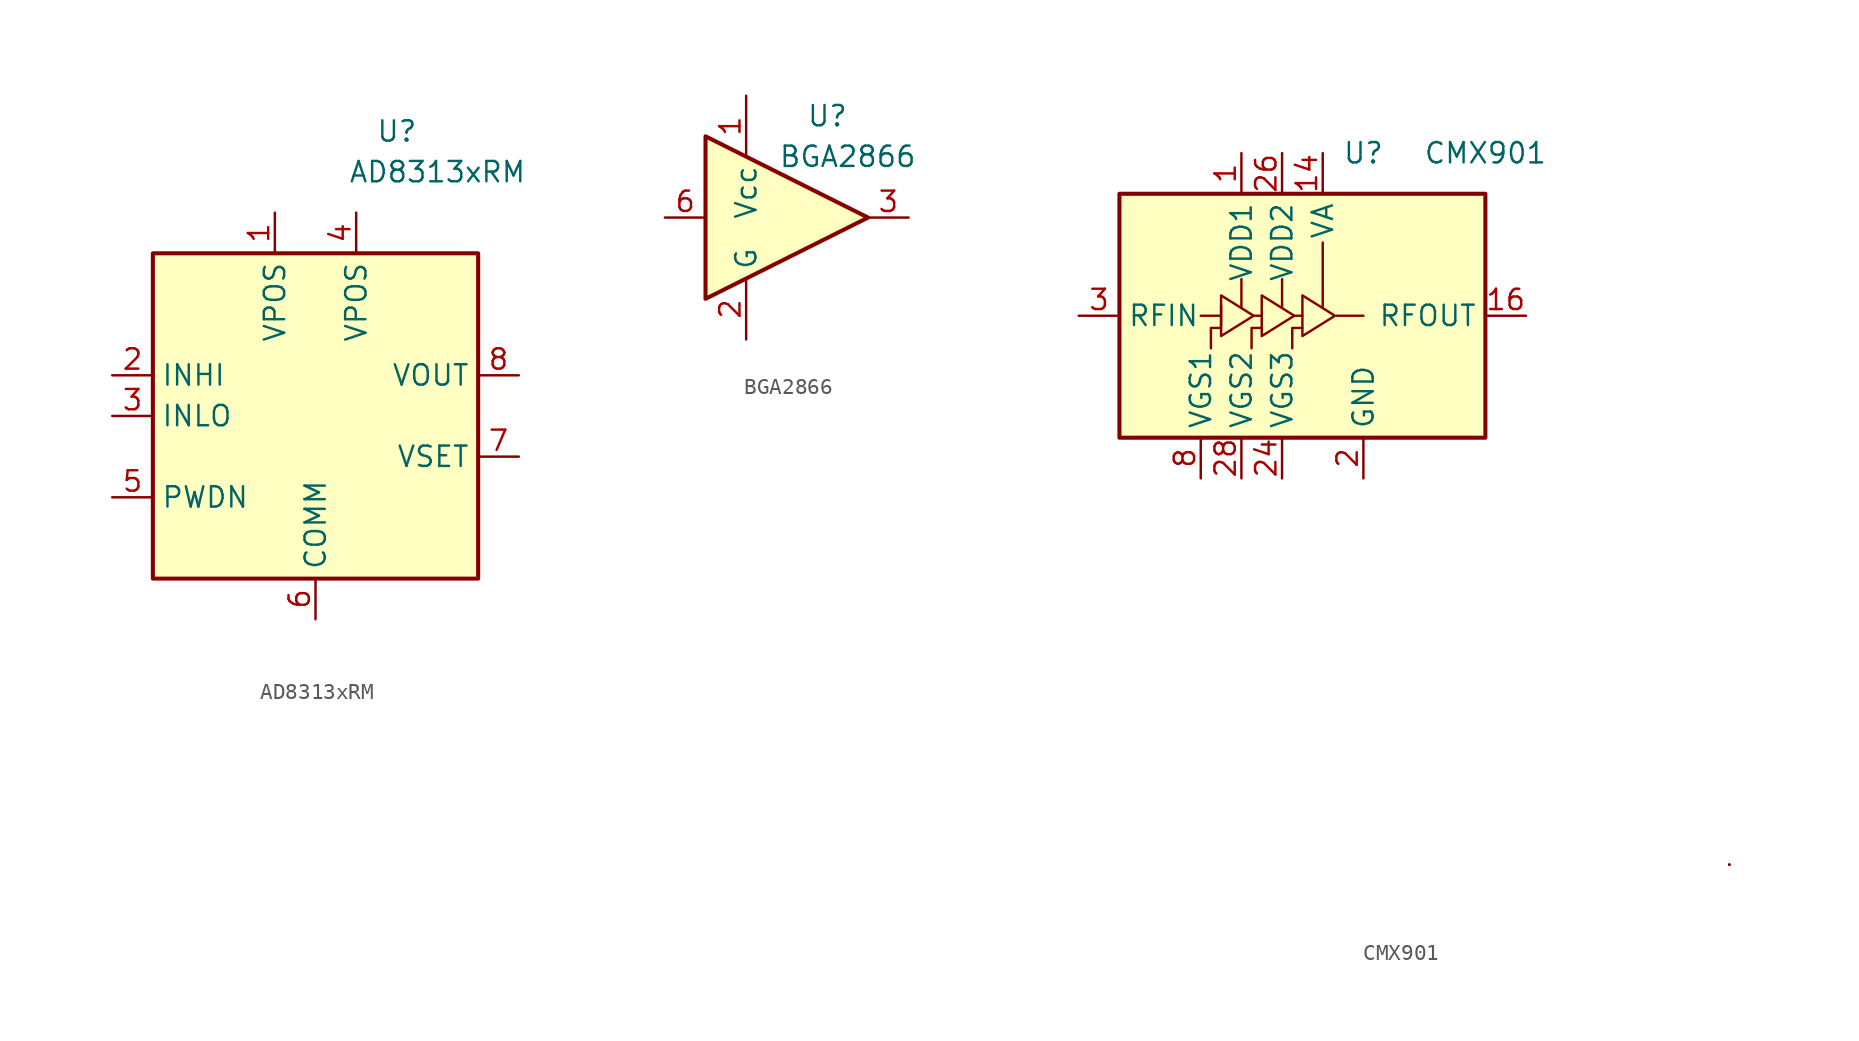
<source format=kicad_sym>
(kicad_symbol_lib
  (version 20211014)
  (generator kicad_symbol_editor)
  (symbol "AD8313xRM"
    (property "Reference" "U"
      (at 5.08 17.78 0)
      (effects (font (size 1.27 1.27))))
    (property "Value" "AD8313xRM"
      (at 7.62 15.24 0)
      (effects (font (size 1.27 1.27))))
    (symbol "AD8313xRM_0_1"
      (rectangle (start -10.16 10.16) (end 10.16 -10.16) (stroke (width 0.254) (type default) (color 0 0 0 0)) (fill (type background))))
    (symbol "AD8313xRM_1_1"
      (pin power_in line (at -2.54 12.7 270) (length 2.54) (name "VPOS" (effects (font (size 1.27 1.27)))) (number "1" (effects (font (size 1.27 1.27)))))
      (pin input line (at -12.7 2.54 0) (length 2.54) (name "INHI" (effects (font (size 1.27 1.27)))) (number "2" (effects (font (size 1.27 1.27)))))
      (pin input line (at -12.7 0 0) (length 2.54) (name "INLO" (effects (font (size 1.27 1.27)))) (number "3" (effects (font (size 1.27 1.27)))))
      (pin power_in line (at 2.54 12.7 270) (length 2.54) (name "VPOS" (effects (font (size 1.27 1.27)))) (number "4" (effects (font (size 1.27 1.27)))))
      (pin input line (at -12.7 -5.08 0) (length 2.54) (name "PWDN" (effects (font (size 1.27 1.27)))) (number "5" (effects (font (size 1.27 1.27)))))
      (pin power_in line (at 0 -12.7 90) (length 2.54) (name "COMM" (effects (font (size 1.27 1.27)))) (number "6" (effects (font (size 1.27 1.27)))))
      (pin input line (at 12.7 -2.54 180) (length 2.54) (name "VSET" (effects (font (size 1.27 1.27)))) (number "7" (effects (font (size 1.27 1.27)))))
      (pin output line (at 12.7 2.54 180) (length 2.54) (name "VOUT" (effects (font (size 1.27 1.27)))) (number "8" (effects (font (size 1.27 1.27)))))))
  (symbol "BGA2866"
    (property "Reference" "U"
      (at 2.54 6.35 0)
      (effects (font (size 1.27 1.27))))
    (property "Value" "BGA2866"
      (at 3.81 3.81 0)
      (effects (font (size 1.27 1.27))))
    (symbol "BGA2866_0_1"
      (polyline (pts (xy 5.08 0) (xy -5.08 5.08) (xy -5.08 -5.08) (xy 5.08 0)) (stroke (width 0.254) (type default) (color 0 0 0 0)) (fill (type background))))
    (symbol "BGA2866_1_1"
      (pin power_in line (at -2.54 7.62 270) (length 3.81) (name "Vcc" (effects (font (size 1.27 1.27)))) (number "1" (effects (font (size 1.27 1.27)))))
      (pin power_in line (at -2.54 -7.62 90) (length 3.81) (name "G" (effects (font (size 1.27 1.27)))) (number "2" (effects (font (size 1.27 1.27)))))
      (pin output line (at 7.62 0 180) (length 2.54) (name "~" (effects (font (size 1.27 1.27)))) (number "3" (effects (font (size 1.27 1.27)))))
      (pin passive line (at -2.54 -7.62 90) (length 3.81) hide (name "G" (effects (font (size 1.27 1.27)))) (number "4" (effects (font (size 1.27 1.27)))))
      (pin passive line (at -2.54 -7.62 90) (length 3.81) hide (name "G" (effects (font (size 1.27 1.27)))) (number "5" (effects (font (size 1.27 1.27)))))
      (pin input line (at -7.62 0 0) (length 2.54) (name "~" (effects (font (size 1.27 1.27)))) (number "6" (effects (font (size 1.27 1.27)))))))
  (symbol "CMX901"
    (property "Reference" "U"
      (at 2.54 10.16 0)
      (effects (font (size 1.27 1.27))))
    (property "Value" "CMX901"
      (at 10.16 10.16 0)
      (effects (font (size 1.27 1.27))))
    (symbol "CMX901_0_0"
      (pin passive line (at 2.54 -10.16 90) (length 2.54) hide (name "GND" (effects (font (size 1.27 1.27)))) (number "10" (effects (font (size 1.27 1.27)))))
      (pin passive line (at 2.54 -10.16 90) (length 2.54) hide (name "GND" (effects (font (size 1.27 1.27)))) (number "11" (effects (font (size 1.27 1.27)))))
      (pin passive line (at 2.54 -10.16 90) (length 2.54) hide (name "GND" (effects (font (size 1.27 1.27)))) (number "12" (effects (font (size 1.27 1.27)))))
      (pin passive line (at 2.54 -10.16 90) (length 2.54) hide (name "GND" (effects (font (size 1.27 1.27)))) (number "13" (effects (font (size 1.27 1.27)))))
      (pin passive line (at 2.54 -10.16 90) (length 2.54) hide (name "GND" (effects (font (size 1.27 1.27)))) (number "15" (effects (font (size 1.27 1.27)))))
      (pin power_in line (at 2.54 -10.16 90) (length 2.54) (name "GND" (effects (font (size 1.27 1.27)))) (number "2" (effects (font (size 1.27 1.27)))))
      (pin passive line (at 2.54 -10.16 90) (length 2.54) hide (name "GND" (effects (font (size 1.27 1.27)))) (number "21" (effects (font (size 1.27 1.27)))))
      (pin passive line (at 2.54 -10.16 90) (length 2.54) hide (name "GND" (effects (font (size 1.27 1.27)))) (number "22" (effects (font (size 1.27 1.27)))))
      (pin passive line (at 2.54 -10.16 90) (length 2.54) hide (name "GND" (effects (font (size 1.27 1.27)))) (number "23" (effects (font (size 1.27 1.27)))))
      (pin passive line (at 2.54 -10.16 90) (length 2.54) hide (name "GND" (effects (font (size 1.27 1.27)))) (number "25" (effects (font (size 1.27 1.27)))))
      (pin passive line (at 2.54 -10.16 90) (length 2.54) hide (name "GND" (effects (font (size 1.27 1.27)))) (number "27" (effects (font (size 1.27 1.27)))))
      (pin passive line (at 2.54 -10.16 90) (length 2.54) hide (name "GND" (effects (font (size 1.27 1.27)))) (number "29" (effects (font (size 1.27 1.27)))))
      (pin passive line (at 2.54 -10.16 90) (length 2.54) hide (name "GND" (effects (font (size 1.27 1.27)))) (number "4" (effects (font (size 1.27 1.27)))))
      (pin passive line (at 2.54 -10.16 90) (length 2.54) hide (name "GND" (effects (font (size 1.27 1.27)))) (number "6" (effects (font (size 1.27 1.27)))))
      (pin passive line (at 2.54 -10.16 90) (length 2.54) hide (name "GND" (effects (font (size 1.27 1.27)))) (number "7" (effects (font (size 1.27 1.27)))))
      (pin passive line (at 2.54 -10.16 90) (length 2.54) hide (name "GND" (effects (font (size 1.27 1.27)))) (number "9" (effects (font (size 1.27 1.27))))))
    (symbol "CMX901_0_1"
      (rectangle (start -12.7 7.62) (end 10.16 -7.62) (stroke (width 0.254) (type default) (color 0 0 0 0)) (fill (type background)))
      (polyline (pts (xy -7.62 0) (xy -6.35 0)) (stroke (width 0) (type default) (color 0 0 0 0)) (fill (type none)))
      (polyline (pts (xy -6.35 -0.635) (xy -6.35 0.635)) (stroke (width 0) (type default) (color 0 0 0 0)) (fill (type none)))
      (polyline (pts (xy -5.08 0.508) (xy -5.08 2.286)) (stroke (width 0) (type default) (color 0 0 0 0)) (fill (type none)))
      (polyline (pts (xy -4.318 0) (xy -3.81 0)) (stroke (width 0) (type default) (color 0 0 0 0)) (fill (type none)))
      (polyline (pts (xy -2.54 0.508) (xy -2.54 2.286)) (stroke (width 0) (type default) (color 0 0 0 0)) (fill (type none)))
      (polyline (pts (xy -1.778 0) (xy -1.27 0)) (stroke (width 0) (type default) (color 0 0 0 0)) (fill (type none)))
      (polyline (pts (xy 0 0.508) (xy 0 4.572)) (stroke (width 0) (type default) (color 0 0 0 0)) (fill (type none)))
      (polyline (pts (xy 0.864 0) (xy 2.54 0)) (stroke (width 0) (type default) (color 0 0 0 0)) (fill (type none)))
      (polyline (pts (xy 25.4 -34.29) (xy 25.4 -34.29)) (stroke (width 0) (type default) (color 0 0 0 0)) (fill (type none)))
      (polyline (pts (xy 25.4 -34.29) (xy 25.4 -34.29)) (stroke (width 0) (type default) (color 0 0 0 0)) (fill (type none)))
      (polyline (pts (xy 25.4 -34.29) (xy 25.4 -34.29)) (stroke (width 0) (type default) (color 0 0 0 0)) (fill (type none)))
      (polyline (pts (xy 25.4 -34.29) (xy 25.4 -34.29)) (stroke (width 0) (type default) (color 0 0 0 0)) (fill (type none)))
      (polyline (pts (xy -6.35 -0.762) (xy -6.985 -0.762) (xy -6.985 -2.032)) (stroke (width 0) (type default) (color 0 0 0 0)) (fill (type none)))
      (polyline (pts (xy -3.81 -0.762) (xy -4.445 -0.762) (xy -4.445 -2.032)) (stroke (width 0) (type default) (color 0 0 0 0)) (fill (type none)))
      (polyline (pts (xy -1.27 -0.762) (xy -1.905 -0.762) (xy -1.905 -2.032)) (stroke (width 0) (type default) (color 0 0 0 0)) (fill (type none)))
      (polyline (pts (xy -6.35 0) (xy -6.35 1.27) (xy -4.318 0) (xy -6.35 -1.27) (xy -6.35 0)) (stroke (width 0) (type default) (color 0 0 0 0)) (fill (type none)))
      (polyline (pts (xy -3.81 0) (xy -3.81 1.27) (xy -1.778 0) (xy -3.81 -1.27) (xy -3.81 0)) (stroke (width 0) (type default) (color 0 0 0 0)) (fill (type none)))
      (polyline (pts (xy -1.27 0) (xy -1.27 1.27) (xy 0.762 0) (xy -1.27 -1.27) (xy -1.27 0)) (stroke (width 0) (type default) (color 0 0 0 0)) (fill (type none))))
    (symbol "CMX901_1_1"
      (pin power_in line (at -5.08 10.16 270) (length 2.54) (name "VDD1" (effects (font (size 1.27 1.27)))) (number "1" (effects (font (size 1.27 1.27)))))
      (pin power_in line (at 0 10.16 270) (length 2.54) (name "VA" (effects (font (size 1.27 1.27)))) (number "14" (effects (font (size 1.27 1.27)))))
      (pin output line (at 12.7 0 180) (length 2.54) (name "RFOUT" (effects (font (size 1.27 1.27)))) (number "16" (effects (font (size 1.27 1.27)))))
      (pin output line (at 12.7 0 180) (length 2.54) hide (name "RFOUT" (effects (font (size 1.27 1.27)))) (number "17" (effects (font (size 1.27 1.27)))))
      (pin output line (at 12.7 0 180) (length 2.54) hide (name "RFOUT" (effects (font (size 1.27 1.27)))) (number "18" (effects (font (size 1.27 1.27)))))
      (pin output line (at 12.7 0 180) (length 2.54) hide (name "RFOUT" (effects (font (size 1.27 1.27)))) (number "19" (effects (font (size 1.27 1.27)))))
      (pin output line (at 12.7 0 180) (length 2.54) hide (name "RFOUT" (effects (font (size 1.27 1.27)))) (number "20" (effects (font (size 1.27 1.27)))))
      (pin input line (at -2.54 -10.16 90) (length 2.54) (name "VGS3" (effects (font (size 1.27 1.27)))) (number "24" (effects (font (size 1.27 1.27)))))
      (pin power_in line (at -2.54 10.16 270) (length 2.54) (name "VDD2" (effects (font (size 1.27 1.27)))) (number "26" (effects (font (size 1.27 1.27)))))
      (pin input line (at -5.08 -10.16 90) (length 2.54) (name "VGS2" (effects (font (size 1.27 1.27)))) (number "28" (effects (font (size 1.27 1.27)))))
      (pin input line (at -15.24 0 0) (length 2.54) (name "RFIN" (effects (font (size 1.27 1.27)))) (number "3" (effects (font (size 1.27 1.27)))))
      (pin input line (at -15.24 0 0) (length 2.54) hide (name "RFIN" (effects (font (size 1.27 1.27)))) (number "5" (effects (font (size 1.27 1.27)))))
      (pin input line (at -7.62 -10.16 90) (length 2.54) (name "VGS1" (effects (font (size 1.27 1.27)))) (number "8" (effects (font (size 1.27 1.27))))))))
</source>
